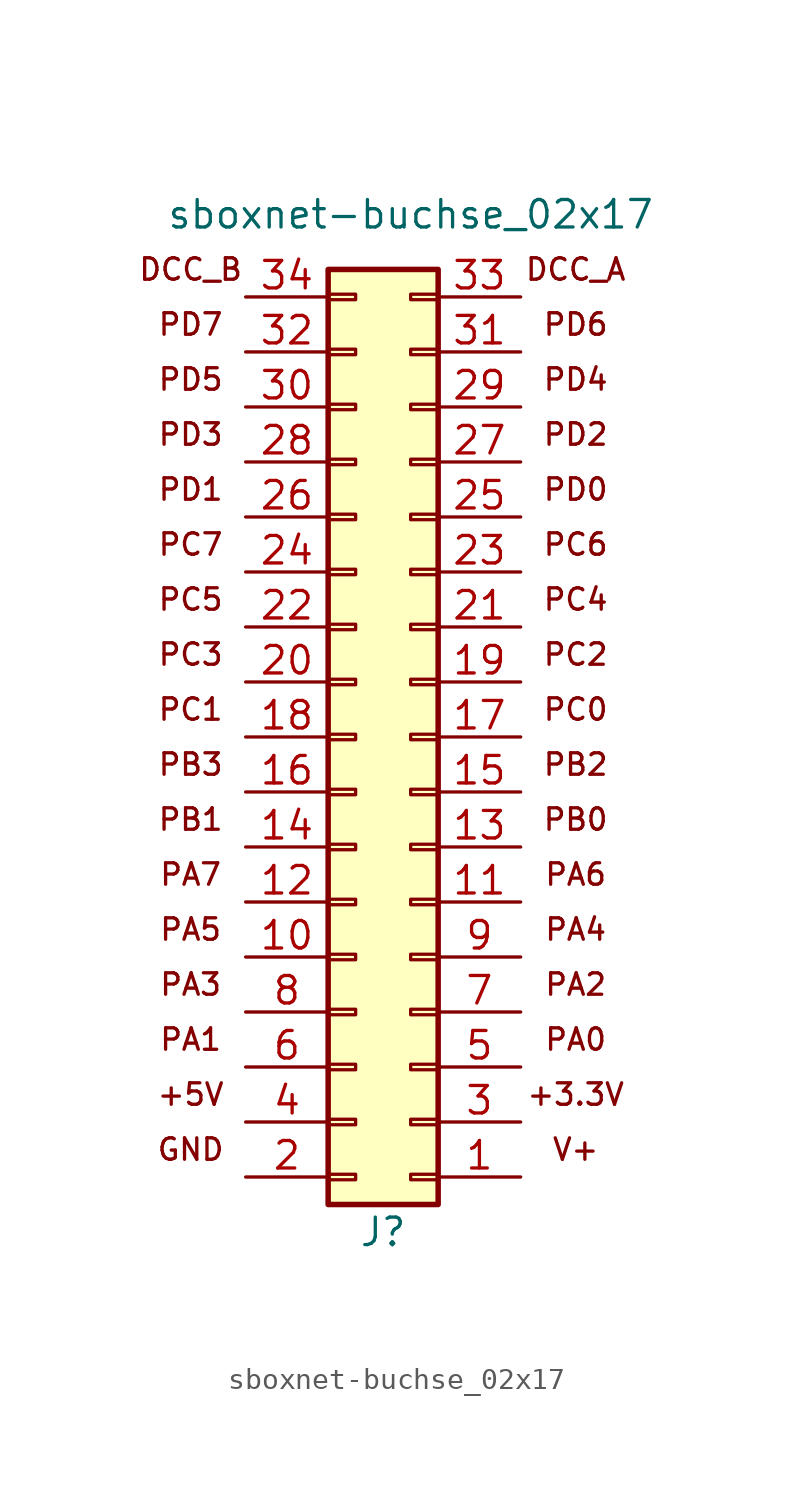
<source format=kicad_sym>
(kicad_symbol_lib
  (version 20211014)
  (generator kicad_symbol_editor)
  (symbol "sboxnet-buchse_02x17"
    (pin_names
      (offset 1.016) hide)
    (property "Reference" "J"
      (at -1.27 -25.4 0)
      (effects (font (size 1.27 1.27))))
    (property "Value" "sboxnet-buchse_02x17"
      (at 0 21.59 0)
      (effects (font (size 1.27 1.27))))
    (symbol "sboxnet-buchse_02x17_0_0"
      (text "+3.3V" (at 7.62 -19.05 0) (effects (font (size 0.991 0.991))))
      (text "+5V" (at -10.16 -19.05 0) (effects (font (size 0.991 0.991))))
      (text "DCC_A" (at 7.62 19.05 0) (effects (font (size 0.991 0.991))))
      (text "DCC_B" (at -10.16 19.05 0) (effects (font (size 0.991 0.991))))
      (text "GND" (at -10.16 -21.59 0) (effects (font (size 0.991 0.991))))
      (text "PA0" (at 7.62 -16.51 0) (effects (font (size 0.991 0.991))))
      (text "PA1" (at -10.16 -16.51 0) (effects (font (size 0.991 0.991))))
      (text "PA2" (at 7.62 -13.97 0) (effects (font (size 0.991 0.991))))
      (text "PA3" (at -10.16 -13.97 0) (effects (font (size 0.991 0.991))))
      (text "PA4" (at 7.62 -11.43 0) (effects (font (size 0.991 0.991))))
      (text "PA5" (at -10.16 -11.43 0) (effects (font (size 0.991 0.991))))
      (text "PA6" (at 7.62 -8.89 0) (effects (font (size 0.991 0.991))))
      (text "PA7" (at -10.16 -8.89 0) (effects (font (size 0.991 0.991))))
      (text "PB0" (at 7.62 -6.35 0) (effects (font (size 0.991 0.991))))
      (text "PB1" (at -10.16 -6.35 0) (effects (font (size 0.991 0.991))))
      (text "PB2" (at 7.62 -3.81 0) (effects (font (size 0.991 0.991))))
      (text "PB3" (at -10.16 -3.81 0) (effects (font (size 0.991 0.991))))
      (text "PC0" (at 7.62 -1.27 0) (effects (font (size 0.991 0.991))))
      (text "PC1" (at -10.16 -1.27 0) (effects (font (size 0.991 0.991))))
      (text "PC2" (at 7.62 1.27 0) (effects (font (size 0.991 0.991))))
      (text "PC3" (at -10.16 1.27 0) (effects (font (size 0.991 0.991))))
      (text "PC4" (at 7.62 3.81 0) (effects (font (size 0.991 0.991))))
      (text "PC5" (at -10.16 3.81 0) (effects (font (size 0.991 0.991))))
      (text "PC6" (at 7.62 6.35 0) (effects (font (size 0.991 0.991))))
      (text "PC7" (at -10.16 6.35 0) (effects (font (size 0.991 0.991))))
      (text "PD0" (at 7.62 8.89 0) (effects (font (size 0.991 0.991))))
      (text "PD1" (at -10.16 8.89 0) (effects (font (size 0.991 0.991))))
      (text "PD2" (at 7.62 11.43 0) (effects (font (size 0.991 0.991))))
      (text "PD3" (at -10.16 11.43 0) (effects (font (size 0.991 0.991))))
      (text "PD4" (at 7.62 13.97 0) (effects (font (size 0.991 0.991))))
      (text "PD5" (at -10.16 13.97 0) (effects (font (size 0.991 0.991))))
      (text "PD6" (at 7.62 16.51 0) (effects (font (size 0.991 0.991))))
      (text "PD7" (at -10.16 16.51 0) (effects (font (size 0.991 0.991))))
      (text "V+" (at 7.62 -21.59 0) (effects (font (size 0.991 0.991)))))
    (symbol "sboxnet-buchse_02x17_1_1"
      (rectangle (start -3.81 -22.987) (end -2.54 -22.733) (stroke (width 0.152) (type default) (color 0 0 0 0)) (fill (type none)))
      (rectangle (start -3.81 -20.447) (end -2.54 -20.193) (stroke (width 0.152) (type default) (color 0 0 0 0)) (fill (type none)))
      (rectangle (start -3.81 -17.907) (end -2.54 -17.653) (stroke (width 0.152) (type default) (color 0 0 0 0)) (fill (type none)))
      (rectangle (start -3.81 -15.367) (end -2.54 -15.113) (stroke (width 0.152) (type default) (color 0 0 0 0)) (fill (type none)))
      (rectangle (start -3.81 -12.827) (end -2.54 -12.573) (stroke (width 0.152) (type default) (color 0 0 0 0)) (fill (type none)))
      (rectangle (start -3.81 -10.287) (end -2.54 -10.033) (stroke (width 0.152) (type default) (color 0 0 0 0)) (fill (type none)))
      (rectangle (start -3.81 -7.747) (end -2.54 -7.493) (stroke (width 0.152) (type default) (color 0 0 0 0)) (fill (type none)))
      (rectangle (start -3.81 -5.207) (end -2.54 -4.953) (stroke (width 0.152) (type default) (color 0 0 0 0)) (fill (type none)))
      (rectangle (start -3.81 -2.667) (end -2.54 -2.413) (stroke (width 0.152) (type default) (color 0 0 0 0)) (fill (type none)))
      (rectangle (start -3.81 -0.127) (end -2.54 0.127) (stroke (width 0.152) (type default) (color 0 0 0 0)) (fill (type none)))
      (rectangle (start -3.81 2.413) (end -2.54 2.667) (stroke (width 0.152) (type default) (color 0 0 0 0)) (fill (type none)))
      (rectangle (start -3.81 4.953) (end -2.54 5.207) (stroke (width 0.152) (type default) (color 0 0 0 0)) (fill (type none)))
      (rectangle (start -3.81 7.493) (end -2.54 7.747) (stroke (width 0.152) (type default) (color 0 0 0 0)) (fill (type none)))
      (rectangle (start -3.81 10.033) (end -2.54 10.287) (stroke (width 0.152) (type default) (color 0 0 0 0)) (fill (type none)))
      (rectangle (start -3.81 12.573) (end -2.54 12.827) (stroke (width 0.152) (type default) (color 0 0 0 0)) (fill (type none)))
      (rectangle (start -3.81 15.113) (end -2.54 15.367) (stroke (width 0.152) (type default) (color 0 0 0 0)) (fill (type none)))
      (rectangle (start -3.81 17.653) (end -2.54 17.907) (stroke (width 0.152) (type default) (color 0 0 0 0)) (fill (type none)))
      (rectangle (start 1.27 -24.13) (end -3.81 19.05) (stroke (width 0.254) (type default) (color 0 0 0 0)) (fill (type background)))
      (rectangle (start 1.27 -22.987) (end 0 -22.733) (stroke (width 0.152) (type default) (color 0 0 0 0)) (fill (type none)))
      (rectangle (start 1.27 -20.447) (end 0 -20.193) (stroke (width 0.152) (type default) (color 0 0 0 0)) (fill (type none)))
      (rectangle (start 1.27 -17.907) (end 0 -17.653) (stroke (width 0.152) (type default) (color 0 0 0 0)) (fill (type none)))
      (rectangle (start 1.27 -15.367) (end 0 -15.113) (stroke (width 0.152) (type default) (color 0 0 0 0)) (fill (type none)))
      (rectangle (start 1.27 -12.827) (end 0 -12.573) (stroke (width 0.152) (type default) (color 0 0 0 0)) (fill (type none)))
      (rectangle (start 1.27 -10.287) (end 0 -10.033) (stroke (width 0.152) (type default) (color 0 0 0 0)) (fill (type none)))
      (rectangle (start 1.27 -7.747) (end 0 -7.493) (stroke (width 0.152) (type default) (color 0 0 0 0)) (fill (type none)))
      (rectangle (start 1.27 -5.207) (end 0 -4.953) (stroke (width 0.152) (type default) (color 0 0 0 0)) (fill (type none)))
      (rectangle (start 1.27 -2.667) (end 0 -2.413) (stroke (width 0.152) (type default) (color 0 0 0 0)) (fill (type none)))
      (rectangle (start 1.27 -0.127) (end 0 0.127) (stroke (width 0.152) (type default) (color 0 0 0 0)) (fill (type none)))
      (rectangle (start 1.27 2.413) (end 0 2.667) (stroke (width 0.152) (type default) (color 0 0 0 0)) (fill (type none)))
      (rectangle (start 1.27 4.953) (end 0 5.207) (stroke (width 0.152) (type default) (color 0 0 0 0)) (fill (type none)))
      (rectangle (start 1.27 7.493) (end 0 7.747) (stroke (width 0.152) (type default) (color 0 0 0 0)) (fill (type none)))
      (rectangle (start 1.27 10.033) (end 0 10.287) (stroke (width 0.152) (type default) (color 0 0 0 0)) (fill (type none)))
      (rectangle (start 1.27 12.573) (end 0 12.827) (stroke (width 0.152) (type default) (color 0 0 0 0)) (fill (type none)))
      (rectangle (start 1.27 15.113) (end 0 15.367) (stroke (width 0.152) (type default) (color 0 0 0 0)) (fill (type none)))
      (rectangle (start 1.27 17.653) (end 0 17.907) (stroke (width 0.152) (type default) (color 0 0 0 0)) (fill (type none)))
      (pin passive line (at 5.08 -22.86 180) (length 3.81) (name "Pin_1" (effects (font (size 1.27 1.27)))) (number "1" (effects (font (size 1.27 1.27)))))
      (pin passive line (at -7.62 -12.7 0) (length 3.81) (name "Pin_10" (effects (font (size 1.27 1.27)))) (number "10" (effects (font (size 1.27 1.27)))))
      (pin passive line (at 5.08 -10.16 180) (length 3.81) (name "Pin_11" (effects (font (size 1.27 1.27)))) (number "11" (effects (font (size 1.27 1.27)))))
      (pin passive line (at -7.62 -10.16 0) (length 3.81) (name "Pin_12" (effects (font (size 1.27 1.27)))) (number "12" (effects (font (size 1.27 1.27)))))
      (pin passive line (at 5.08 -7.62 180) (length 3.81) (name "Pin_13" (effects (font (size 1.27 1.27)))) (number "13" (effects (font (size 1.27 1.27)))))
      (pin passive line (at -7.62 -7.62 0) (length 3.81) (name "Pin_14" (effects (font (size 1.27 1.27)))) (number "14" (effects (font (size 1.27 1.27)))))
      (pin passive line (at 5.08 -5.08 180) (length 3.81) (name "Pin_15" (effects (font (size 1.27 1.27)))) (number "15" (effects (font (size 1.27 1.27)))))
      (pin passive line (at -7.62 -5.08 0) (length 3.81) (name "Pin_16" (effects (font (size 1.27 1.27)))) (number "16" (effects (font (size 1.27 1.27)))))
      (pin passive line (at 5.08 -2.54 180) (length 3.81) (name "Pin_17" (effects (font (size 1.27 1.27)))) (number "17" (effects (font (size 1.27 1.27)))))
      (pin passive line (at -7.62 -2.54 0) (length 3.81) (name "Pin_18" (effects (font (size 1.27 1.27)))) (number "18" (effects (font (size 1.27 1.27)))))
      (pin passive line (at 5.08 0 180) (length 3.81) (name "Pin_19" (effects (font (size 1.27 1.27)))) (number "19" (effects (font (size 1.27 1.27)))))
      (pin passive line (at -7.62 -22.86 0) (length 3.81) (name "Pin_2" (effects (font (size 1.27 1.27)))) (number "2" (effects (font (size 1.27 1.27)))))
      (pin passive line (at -7.62 0 0) (length 3.81) (name "Pin_20" (effects (font (size 1.27 1.27)))) (number "20" (effects (font (size 1.27 1.27)))))
      (pin passive line (at 5.08 2.54 180) (length 3.81) (name "Pin_21" (effects (font (size 1.27 1.27)))) (number "21" (effects (font (size 1.27 1.27)))))
      (pin passive line (at -7.62 2.54 0) (length 3.81) (name "Pin_22" (effects (font (size 1.27 1.27)))) (number "22" (effects (font (size 1.27 1.27)))))
      (pin passive line (at 5.08 5.08 180) (length 3.81) (name "Pin_23" (effects (font (size 1.27 1.27)))) (number "23" (effects (font (size 1.27 1.27)))))
      (pin passive line (at -7.62 5.08 0) (length 3.81) (name "Pin_24" (effects (font (size 1.27 1.27)))) (number "24" (effects (font (size 1.27 1.27)))))
      (pin passive line (at 5.08 7.62 180) (length 3.81) (name "Pin_25" (effects (font (size 1.27 1.27)))) (number "25" (effects (font (size 1.27 1.27)))))
      (pin passive line (at -7.62 7.62 0) (length 3.81) (name "Pin_26" (effects (font (size 1.27 1.27)))) (number "26" (effects (font (size 1.27 1.27)))))
      (pin passive line (at 5.08 10.16 180) (length 3.81) (name "Pin_27" (effects (font (size 1.27 1.27)))) (number "27" (effects (font (size 1.27 1.27)))))
      (pin passive line (at -7.62 10.16 0) (length 3.81) (name "Pin_28" (effects (font (size 1.27 1.27)))) (number "28" (effects (font (size 1.27 1.27)))))
      (pin passive line (at 5.08 12.7 180) (length 3.81) (name "Pin_29" (effects (font (size 1.27 1.27)))) (number "29" (effects (font (size 1.27 1.27)))))
      (pin passive line (at 5.08 -20.32 180) (length 3.81) (name "Pin_3" (effects (font (size 1.27 1.27)))) (number "3" (effects (font (size 1.27 1.27)))))
      (pin passive line (at -7.62 12.7 0) (length 3.81) (name "Pin_30" (effects (font (size 1.27 1.27)))) (number "30" (effects (font (size 1.27 1.27)))))
      (pin passive line (at 5.08 15.24 180) (length 3.81) (name "Pin_31" (effects (font (size 1.27 1.27)))) (number "31" (effects (font (size 1.27 1.27)))))
      (pin passive line (at -7.62 15.24 0) (length 3.81) (name "Pin_32" (effects (font (size 1.27 1.27)))) (number "32" (effects (font (size 1.27 1.27)))))
      (pin passive line (at 5.08 17.78 180) (length 3.81) (name "Pin_33" (effects (font (size 1.27 1.27)))) (number "33" (effects (font (size 1.27 1.27)))))
      (pin passive line (at -7.62 17.78 0) (length 3.81) (name "Pin_34" (effects (font (size 1.27 1.27)))) (number "34" (effects (font (size 1.27 1.27)))))
      (pin passive line (at -7.62 -20.32 0) (length 3.81) (name "Pin_4" (effects (font (size 1.27 1.27)))) (number "4" (effects (font (size 1.27 1.27)))))
      (pin passive line (at 5.08 -17.78 180) (length 3.81) (name "Pin_5" (effects (font (size 1.27 1.27)))) (number "5" (effects (font (size 1.27 1.27)))))
      (pin passive line (at -7.62 -17.78 0) (length 3.81) (name "Pin_6" (effects (font (size 1.27 1.27)))) (number "6" (effects (font (size 1.27 1.27)))))
      (pin passive line (at 5.08 -15.24 180) (length 3.81) (name "Pin_7" (effects (font (size 1.27 1.27)))) (number "7" (effects (font (size 1.27 1.27)))))
      (pin passive line (at -7.62 -15.24 0) (length 3.81) (name "Pin_8" (effects (font (size 1.27 1.27)))) (number "8" (effects (font (size 1.27 1.27)))))
      (pin passive line (at 5.08 -12.7 180) (length 3.81) (name "Pin_9" (effects (font (size 1.27 1.27)))) (number "9" (effects (font (size 1.27 1.27))))))))
</source>
